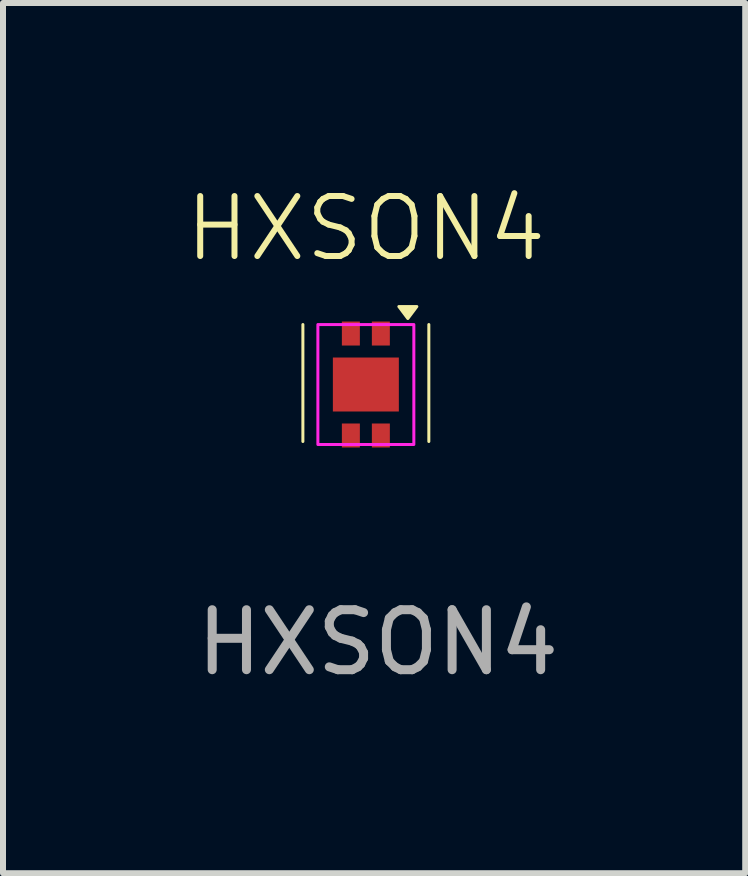
<source format=kicad_pcb>
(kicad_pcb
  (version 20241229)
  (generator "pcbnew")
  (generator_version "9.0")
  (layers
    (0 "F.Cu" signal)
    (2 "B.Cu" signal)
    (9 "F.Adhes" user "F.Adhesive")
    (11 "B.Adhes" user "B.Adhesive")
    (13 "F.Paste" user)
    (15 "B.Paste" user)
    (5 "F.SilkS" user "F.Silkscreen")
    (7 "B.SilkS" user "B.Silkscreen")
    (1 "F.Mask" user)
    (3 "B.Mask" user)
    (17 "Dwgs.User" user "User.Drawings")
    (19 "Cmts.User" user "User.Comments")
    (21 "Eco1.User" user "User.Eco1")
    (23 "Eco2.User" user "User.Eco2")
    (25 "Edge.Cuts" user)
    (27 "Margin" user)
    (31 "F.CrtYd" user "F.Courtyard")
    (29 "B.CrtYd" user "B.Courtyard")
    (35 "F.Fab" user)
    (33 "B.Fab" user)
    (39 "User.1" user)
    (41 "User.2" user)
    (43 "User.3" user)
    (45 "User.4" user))
  (footprint "HXSON4"
    (layer "F.Cu")
    (at 3.05 3.361)
    (property "Reference" "HXSON4" (at 0 -2.6 0) (unlocked yes) (layer "F.SilkS") (effects (font (size 1 1) (thickness 0.1))))
    (attr smd)
    (fp_line (start -1.05 -1) (end -1.05 0.95) (stroke (width 0.05) (type default)) (layer "F.SilkS"))
    (fp_line (start 1.05 -1) (end 1.05 0.95) (stroke (width 0.05) (type default)) (layer "F.SilkS"))
    (fp_poly (pts (xy 0.55 -1.3) (xy 0.85 -1.3) (xy 0.7 -1.1)) (stroke (width 0.05) (type solid)) (fill yes) (layer "F.SilkS"))
    (fp_rect (start -0.8 -1) (end 0.8 1) (stroke (width 0.05) (type default)) (fill no) (layer "F.CrtYd"))
    (fp_text user "${REFERENCE}" (at 0.2 4.3 0) (unlocked yes) (layer "F.Fab") (effects (font (size 1 1) (thickness 0.15))))
    (pad "" smd rect (at 0 0) (size 1.1 0.9) (layers "F.Cu" "F.Mask" "F.Paste"))
    (pad "1" smd rect (at 0.25 -0.85) (size 0.3 0.4) (layers "F.Cu" "F.Mask" "F.Paste"))
    (pad "2" smd rect (at -0.25 -0.85) (size 0.3 0.4) (layers "F.Cu" "F.Mask" "F.Paste"))
    (pad "3" smd rect (at -0.25 0.85) (size 0.3 0.4) (layers "F.Cu" "F.Mask" "F.Paste"))
    (pad "4" smd rect (at 0.25 0.85) (size 0.3 0.4) (layers "F.Cu" "F.Mask" "F.Paste")))
  (gr_rect
    (start -3 -3)
    (end 9.375 11.509)
    (stroke (width 0.1) (type default))
    (fill no)
    (layer "Edge.Cuts")))
</source>
